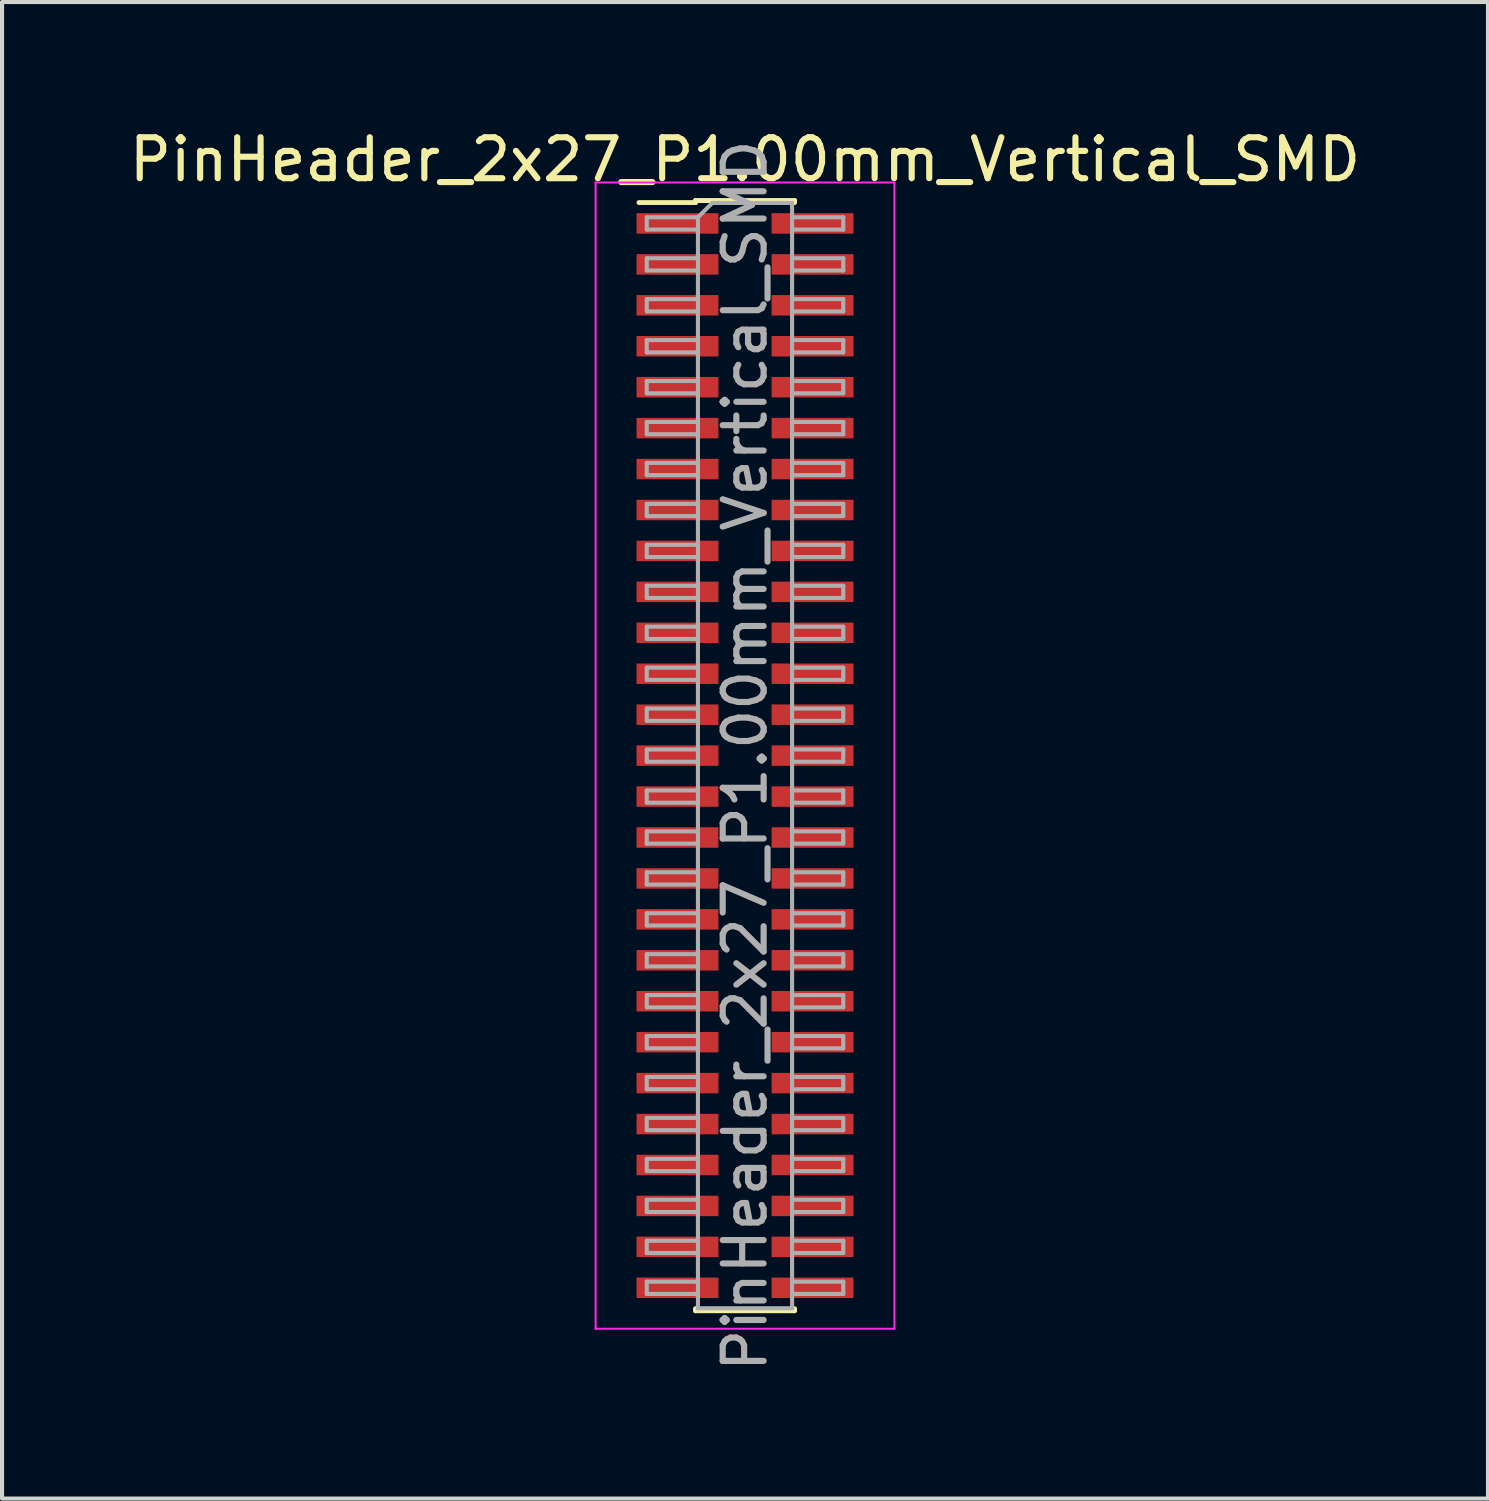
<source format=kicad_pcb>
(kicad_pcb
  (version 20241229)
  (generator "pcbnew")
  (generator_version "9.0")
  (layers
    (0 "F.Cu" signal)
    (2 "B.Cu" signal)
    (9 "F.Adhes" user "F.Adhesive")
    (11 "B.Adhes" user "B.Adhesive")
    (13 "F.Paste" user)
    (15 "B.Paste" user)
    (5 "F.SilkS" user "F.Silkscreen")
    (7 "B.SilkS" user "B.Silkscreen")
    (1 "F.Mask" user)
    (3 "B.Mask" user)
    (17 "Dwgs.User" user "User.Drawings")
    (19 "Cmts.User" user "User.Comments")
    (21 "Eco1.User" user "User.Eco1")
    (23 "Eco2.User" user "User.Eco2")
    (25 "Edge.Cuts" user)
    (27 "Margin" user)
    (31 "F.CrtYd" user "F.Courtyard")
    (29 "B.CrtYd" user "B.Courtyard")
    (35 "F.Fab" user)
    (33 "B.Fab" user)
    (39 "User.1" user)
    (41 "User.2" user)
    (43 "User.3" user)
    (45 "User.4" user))
  (footprint "PinHeader_2x27_P1.00mm_Vertical_SMD"
    (layer "F.Cu")
    (at 15.149 15.408)
    (property "Reference" "PinHeader_2x27_P1.00mm_Vertical_SMD" (at 0 -14.56 0) (layer "F.SilkS") (effects (font (size 1 1) (thickness 0.15))))
    (attr smd)
    (fp_line (start -2.59 -13.51) (end -1.21 -13.51) (stroke (width 0.12) (type solid)) (layer "F.SilkS"))
    (fp_line (start -1.21 -13.56) (end -1.21 -13.51) (stroke (width 0.12) (type solid)) (layer "F.SilkS"))
    (fp_line (start -1.21 -13.56) (end 1.21 -13.56) (stroke (width 0.12) (type solid)) (layer "F.SilkS"))
    (fp_line (start -1.21 13.51) (end -1.21 13.56) (stroke (width 0.12) (type solid)) (layer "F.SilkS"))
    (fp_line (start -1.21 13.56) (end 1.21 13.56) (stroke (width 0.12) (type solid)) (layer "F.SilkS"))
    (fp_line (start 1.21 -13.56) (end 1.21 -13.51) (stroke (width 0.12) (type solid)) (layer "F.SilkS"))
    (fp_line (start 1.21 13.51) (end 1.21 13.56) (stroke (width 0.12) (type solid)) (layer "F.SilkS"))
    (fp_line (start -3.65 -14) (end -3.65 14) (stroke (width 0.05) (type solid)) (layer "F.CrtYd"))
    (fp_line (start -3.65 14) (end 3.65 14) (stroke (width 0.05) (type solid)) (layer "F.CrtYd"))
    (fp_line (start 3.65 -14) (end -3.65 -14) (stroke (width 0.05) (type solid)) (layer "F.CrtYd"))
    (fp_line (start 3.65 14) (end 3.65 -14) (stroke (width 0.05) (type solid)) (layer "F.CrtYd"))
    (fp_line (start -2.4 -13.15) (end -2.4 -12.85) (stroke (width 0.1) (type solid)) (layer "F.Fab"))
    (fp_line (start -2.4 -12.85) (end -1.15 -12.85) (stroke (width 0.1) (type solid)) (layer "F.Fab"))
    (fp_line (start -2.4 -12.15) (end -2.4 -11.85) (stroke (width 0.1) (type solid)) (layer "F.Fab"))
    (fp_line (start -2.4 -11.85) (end -1.15 -11.85) (stroke (width 0.1) (type solid)) (layer "F.Fab"))
    (fp_line (start -2.4 -11.15) (end -2.4 -10.85) (stroke (width 0.1) (type solid)) (layer "F.Fab"))
    (fp_line (start -2.4 -10.85) (end -1.15 -10.85) (stroke (width 0.1) (type solid)) (layer "F.Fab"))
    (fp_line (start -2.4 -10.15) (end -2.4 -9.85) (stroke (width 0.1) (type solid)) (layer "F.Fab"))
    (fp_line (start -2.4 -9.85) (end -1.15 -9.85) (stroke (width 0.1) (type solid)) (layer "F.Fab"))
    (fp_line (start -2.4 -9.15) (end -2.4 -8.85) (stroke (width 0.1) (type solid)) (layer "F.Fab"))
    (fp_line (start -2.4 -8.85) (end -1.15 -8.85) (stroke (width 0.1) (type solid)) (layer "F.Fab"))
    (fp_line (start -2.4 -8.15) (end -2.4 -7.85) (stroke (width 0.1) (type solid)) (layer "F.Fab"))
    (fp_line (start -2.4 -7.85) (end -1.15 -7.85) (stroke (width 0.1) (type solid)) (layer "F.Fab"))
    (fp_line (start -2.4 -7.15) (end -2.4 -6.85) (stroke (width 0.1) (type solid)) (layer "F.Fab"))
    (fp_line (start -2.4 -6.85) (end -1.15 -6.85) (stroke (width 0.1) (type solid)) (layer "F.Fab"))
    (fp_line (start -2.4 -6.15) (end -2.4 -5.85) (stroke (width 0.1) (type solid)) (layer "F.Fab"))
    (fp_line (start -2.4 -5.85) (end -1.15 -5.85) (stroke (width 0.1) (type solid)) (layer "F.Fab"))
    (fp_line (start -2.4 -5.15) (end -2.4 -4.85) (stroke (width 0.1) (type solid)) (layer "F.Fab"))
    (fp_line (start -2.4 -4.85) (end -1.15 -4.85) (stroke (width 0.1) (type solid)) (layer "F.Fab"))
    (fp_line (start -2.4 -4.15) (end -2.4 -3.85) (stroke (width 0.1) (type solid)) (layer "F.Fab"))
    (fp_line (start -2.4 -3.85) (end -1.15 -3.85) (stroke (width 0.1) (type solid)) (layer "F.Fab"))
    (fp_line (start -2.4 -3.15) (end -2.4 -2.85) (stroke (width 0.1) (type solid)) (layer "F.Fab"))
    (fp_line (start -2.4 -2.85) (end -1.15 -2.85) (stroke (width 0.1) (type solid)) (layer "F.Fab"))
    (fp_line (start -2.4 -2.15) (end -2.4 -1.85) (stroke (width 0.1) (type solid)) (layer "F.Fab"))
    (fp_line (start -2.4 -1.85) (end -1.15 -1.85) (stroke (width 0.1) (type solid)) (layer "F.Fab"))
    (fp_line (start -2.4 -1.15) (end -2.4 -0.85) (stroke (width 0.1) (type solid)) (layer "F.Fab"))
    (fp_line (start -2.4 -0.85) (end -1.15 -0.85) (stroke (width 0.1) (type solid)) (layer "F.Fab"))
    (fp_line (start -2.4 -0.15) (end -2.4 0.15) (stroke (width 0.1) (type solid)) (layer "F.Fab"))
    (fp_line (start -2.4 0.15) (end -1.15 0.15) (stroke (width 0.1) (type solid)) (layer "F.Fab"))
    (fp_line (start -2.4 0.85) (end -2.4 1.15) (stroke (width 0.1) (type solid)) (layer "F.Fab"))
    (fp_line (start -2.4 1.15) (end -1.15 1.15) (stroke (width 0.1) (type solid)) (layer "F.Fab"))
    (fp_line (start -2.4 1.85) (end -2.4 2.15) (stroke (width 0.1) (type solid)) (layer "F.Fab"))
    (fp_line (start -2.4 2.15) (end -1.15 2.15) (stroke (width 0.1) (type solid)) (layer "F.Fab"))
    (fp_line (start -2.4 2.85) (end -2.4 3.15) (stroke (width 0.1) (type solid)) (layer "F.Fab"))
    (fp_line (start -2.4 3.15) (end -1.15 3.15) (stroke (width 0.1) (type solid)) (layer "F.Fab"))
    (fp_line (start -2.4 3.85) (end -2.4 4.15) (stroke (width 0.1) (type solid)) (layer "F.Fab"))
    (fp_line (start -2.4 4.15) (end -1.15 4.15) (stroke (width 0.1) (type solid)) (layer "F.Fab"))
    (fp_line (start -2.4 4.85) (end -2.4 5.15) (stroke (width 0.1) (type solid)) (layer "F.Fab"))
    (fp_line (start -2.4 5.15) (end -1.15 5.15) (stroke (width 0.1) (type solid)) (layer "F.Fab"))
    (fp_line (start -2.4 5.85) (end -2.4 6.15) (stroke (width 0.1) (type solid)) (layer "F.Fab"))
    (fp_line (start -2.4 6.15) (end -1.15 6.15) (stroke (width 0.1) (type solid)) (layer "F.Fab"))
    (fp_line (start -2.4 6.85) (end -2.4 7.15) (stroke (width 0.1) (type solid)) (layer "F.Fab"))
    (fp_line (start -2.4 7.15) (end -1.15 7.15) (stroke (width 0.1) (type solid)) (layer "F.Fab"))
    (fp_line (start -2.4 7.85) (end -2.4 8.15) (stroke (width 0.1) (type solid)) (layer "F.Fab"))
    (fp_line (start -2.4 8.15) (end -1.15 8.15) (stroke (width 0.1) (type solid)) (layer "F.Fab"))
    (fp_line (start -2.4 8.85) (end -2.4 9.15) (stroke (width 0.1) (type solid)) (layer "F.Fab"))
    (fp_line (start -2.4 9.15) (end -1.15 9.15) (stroke (width 0.1) (type solid)) (layer "F.Fab"))
    (fp_line (start -2.4 9.85) (end -2.4 10.15) (stroke (width 0.1) (type solid)) (layer "F.Fab"))
    (fp_line (start -2.4 10.15) (end -1.15 10.15) (stroke (width 0.1) (type solid)) (layer "F.Fab"))
    (fp_line (start -2.4 10.85) (end -2.4 11.15) (stroke (width 0.1) (type solid)) (layer "F.Fab"))
    (fp_line (start -2.4 11.15) (end -1.15 11.15) (stroke (width 0.1) (type solid)) (layer "F.Fab"))
    (fp_line (start -2.4 11.85) (end -2.4 12.15) (stroke (width 0.1) (type solid)) (layer "F.Fab"))
    (fp_line (start -2.4 12.15) (end -1.15 12.15) (stroke (width 0.1) (type solid)) (layer "F.Fab"))
    (fp_line (start -2.4 12.85) (end -2.4 13.15) (stroke (width 0.1) (type solid)) (layer "F.Fab"))
    (fp_line (start -2.4 13.15) (end -1.15 13.15) (stroke (width 0.1) (type solid)) (layer "F.Fab"))
    (fp_line (start -1.15 -13.15) (end -2.4 -13.15) (stroke (width 0.1) (type solid)) (layer "F.Fab"))
    (fp_line (start -1.15 -13.15) (end -0.8 -13.5) (stroke (width 0.1) (type solid)) (layer "F.Fab"))
    (fp_line (start -1.15 -12.15) (end -2.4 -12.15) (stroke (width 0.1) (type solid)) (layer "F.Fab"))
    (fp_line (start -1.15 -11.15) (end -2.4 -11.15) (stroke (width 0.1) (type solid)) (layer "F.Fab"))
    (fp_line (start -1.15 -10.15) (end -2.4 -10.15) (stroke (width 0.1) (type solid)) (layer "F.Fab"))
    (fp_line (start -1.15 -9.15) (end -2.4 -9.15) (stroke (width 0.1) (type solid)) (layer "F.Fab"))
    (fp_line (start -1.15 -8.15) (end -2.4 -8.15) (stroke (width 0.1) (type solid)) (layer "F.Fab"))
    (fp_line (start -1.15 -7.15) (end -2.4 -7.15) (stroke (width 0.1) (type solid)) (layer "F.Fab"))
    (fp_line (start -1.15 -6.15) (end -2.4 -6.15) (stroke (width 0.1) (type solid)) (layer "F.Fab"))
    (fp_line (start -1.15 -5.15) (end -2.4 -5.15) (stroke (width 0.1) (type solid)) (layer "F.Fab"))
    (fp_line (start -1.15 -4.15) (end -2.4 -4.15) (stroke (width 0.1) (type solid)) (layer "F.Fab"))
    (fp_line (start -1.15 -3.15) (end -2.4 -3.15) (stroke (width 0.1) (type solid)) (layer "F.Fab"))
    (fp_line (start -1.15 -2.15) (end -2.4 -2.15) (stroke (width 0.1) (type solid)) (layer "F.Fab"))
    (fp_line (start -1.15 -1.15) (end -2.4 -1.15) (stroke (width 0.1) (type solid)) (layer "F.Fab"))
    (fp_line (start -1.15 -0.15) (end -2.4 -0.15) (stroke (width 0.1) (type solid)) (layer "F.Fab"))
    (fp_line (start -1.15 0.85) (end -2.4 0.85) (stroke (width 0.1) (type solid)) (layer "F.Fab"))
    (fp_line (start -1.15 1.85) (end -2.4 1.85) (stroke (width 0.1) (type solid)) (layer "F.Fab"))
    (fp_line (start -1.15 2.85) (end -2.4 2.85) (stroke (width 0.1) (type solid)) (layer "F.Fab"))
    (fp_line (start -1.15 3.85) (end -2.4 3.85) (stroke (width 0.1) (type solid)) (layer "F.Fab"))
    (fp_line (start -1.15 4.85) (end -2.4 4.85) (stroke (width 0.1) (type solid)) (layer "F.Fab"))
    (fp_line (start -1.15 5.85) (end -2.4 5.85) (stroke (width 0.1) (type solid)) (layer "F.Fab"))
    (fp_line (start -1.15 6.85) (end -2.4 6.85) (stroke (width 0.1) (type solid)) (layer "F.Fab"))
    (fp_line (start -1.15 7.85) (end -2.4 7.85) (stroke (width 0.1) (type solid)) (layer "F.Fab"))
    (fp_line (start -1.15 8.85) (end -2.4 8.85) (stroke (width 0.1) (type solid)) (layer "F.Fab"))
    (fp_line (start -1.15 9.85) (end -2.4 9.85) (stroke (width 0.1) (type solid)) (layer "F.Fab"))
    (fp_line (start -1.15 10.85) (end -2.4 10.85) (stroke (width 0.1) (type solid)) (layer "F.Fab"))
    (fp_line (start -1.15 11.85) (end -2.4 11.85) (stroke (width 0.1) (type solid)) (layer "F.Fab"))
    (fp_line (start -1.15 12.85) (end -2.4 12.85) (stroke (width 0.1) (type solid)) (layer "F.Fab"))
    (fp_line (start -1.15 13.5) (end -1.15 -13.15) (stroke (width 0.1) (type solid)) (layer "F.Fab"))
    (fp_line (start -0.8 -13.5) (end 1.15 -13.5) (stroke (width 0.1) (type solid)) (layer "F.Fab"))
    (fp_line (start 1.15 -13.5) (end 1.15 13.5) (stroke (width 0.1) (type solid)) (layer "F.Fab"))
    (fp_line (start 1.15 -13.15) (end 2.4 -13.15) (stroke (width 0.1) (type solid)) (layer "F.Fab"))
    (fp_line (start 1.15 -12.15) (end 2.4 -12.15) (stroke (width 0.1) (type solid)) (layer "F.Fab"))
    (fp_line (start 1.15 -11.15) (end 2.4 -11.15) (stroke (width 0.1) (type solid)) (layer "F.Fab"))
    (fp_line (start 1.15 -10.15) (end 2.4 -10.15) (stroke (width 0.1) (type solid)) (layer "F.Fab"))
    (fp_line (start 1.15 -9.15) (end 2.4 -9.15) (stroke (width 0.1) (type solid)) (layer "F.Fab"))
    (fp_line (start 1.15 -8.15) (end 2.4 -8.15) (stroke (width 0.1) (type solid)) (layer "F.Fab"))
    (fp_line (start 1.15 -7.15) (end 2.4 -7.15) (stroke (width 0.1) (type solid)) (layer "F.Fab"))
    (fp_line (start 1.15 -6.15) (end 2.4 -6.15) (stroke (width 0.1) (type solid)) (layer "F.Fab"))
    (fp_line (start 1.15 -5.15) (end 2.4 -5.15) (stroke (width 0.1) (type solid)) (layer "F.Fab"))
    (fp_line (start 1.15 -4.15) (end 2.4 -4.15) (stroke (width 0.1) (type solid)) (layer "F.Fab"))
    (fp_line (start 1.15 -3.15) (end 2.4 -3.15) (stroke (width 0.1) (type solid)) (layer "F.Fab"))
    (fp_line (start 1.15 -2.15) (end 2.4 -2.15) (stroke (width 0.1) (type solid)) (layer "F.Fab"))
    (fp_line (start 1.15 -1.15) (end 2.4 -1.15) (stroke (width 0.1) (type solid)) (layer "F.Fab"))
    (fp_line (start 1.15 -0.15) (end 2.4 -0.15) (stroke (width 0.1) (type solid)) (layer "F.Fab"))
    (fp_line (start 1.15 0.85) (end 2.4 0.85) (stroke (width 0.1) (type solid)) (layer "F.Fab"))
    (fp_line (start 1.15 1.85) (end 2.4 1.85) (stroke (width 0.1) (type solid)) (layer "F.Fab"))
    (fp_line (start 1.15 2.85) (end 2.4 2.85) (stroke (width 0.1) (type solid)) (layer "F.Fab"))
    (fp_line (start 1.15 3.85) (end 2.4 3.85) (stroke (width 0.1) (type solid)) (layer "F.Fab"))
    (fp_line (start 1.15 4.85) (end 2.4 4.85) (stroke (width 0.1) (type solid)) (layer "F.Fab"))
    (fp_line (start 1.15 5.85) (end 2.4 5.85) (stroke (width 0.1) (type solid)) (layer "F.Fab"))
    (fp_line (start 1.15 6.85) (end 2.4 6.85) (stroke (width 0.1) (type solid)) (layer "F.Fab"))
    (fp_line (start 1.15 7.85) (end 2.4 7.85) (stroke (width 0.1) (type solid)) (layer "F.Fab"))
    (fp_line (start 1.15 8.85) (end 2.4 8.85) (stroke (width 0.1) (type solid)) (layer "F.Fab"))
    (fp_line (start 1.15 9.85) (end 2.4 9.85) (stroke (width 0.1) (type solid)) (layer "F.Fab"))
    (fp_line (start 1.15 10.85) (end 2.4 10.85) (stroke (width 0.1) (type solid)) (layer "F.Fab"))
    (fp_line (start 1.15 11.85) (end 2.4 11.85) (stroke (width 0.1) (type solid)) (layer "F.Fab"))
    (fp_line (start 1.15 12.85) (end 2.4 12.85) (stroke (width 0.1) (type solid)) (layer "F.Fab"))
    (fp_line (start 1.15 13.5) (end -1.15 13.5) (stroke (width 0.1) (type solid)) (layer "F.Fab"))
    (fp_line (start 2.4 -13.15) (end 2.4 -12.85) (stroke (width 0.1) (type solid)) (layer "F.Fab"))
    (fp_line (start 2.4 -12.85) (end 1.15 -12.85) (stroke (width 0.1) (type solid)) (layer "F.Fab"))
    (fp_line (start 2.4 -12.15) (end 2.4 -11.85) (stroke (width 0.1) (type solid)) (layer "F.Fab"))
    (fp_line (start 2.4 -11.85) (end 1.15 -11.85) (stroke (width 0.1) (type solid)) (layer "F.Fab"))
    (fp_line (start 2.4 -11.15) (end 2.4 -10.85) (stroke (width 0.1) (type solid)) (layer "F.Fab"))
    (fp_line (start 2.4 -10.85) (end 1.15 -10.85) (stroke (width 0.1) (type solid)) (layer "F.Fab"))
    (fp_line (start 2.4 -10.15) (end 2.4 -9.85) (stroke (width 0.1) (type solid)) (layer "F.Fab"))
    (fp_line (start 2.4 -9.85) (end 1.15 -9.85) (stroke (width 0.1) (type solid)) (layer "F.Fab"))
    (fp_line (start 2.4 -9.15) (end 2.4 -8.85) (stroke (width 0.1) (type solid)) (layer "F.Fab"))
    (fp_line (start 2.4 -8.85) (end 1.15 -8.85) (stroke (width 0.1) (type solid)) (layer "F.Fab"))
    (fp_line (start 2.4 -8.15) (end 2.4 -7.85) (stroke (width 0.1) (type solid)) (layer "F.Fab"))
    (fp_line (start 2.4 -7.85) (end 1.15 -7.85) (stroke (width 0.1) (type solid)) (layer "F.Fab"))
    (fp_line (start 2.4 -7.15) (end 2.4 -6.85) (stroke (width 0.1) (type solid)) (layer "F.Fab"))
    (fp_line (start 2.4 -6.85) (end 1.15 -6.85) (stroke (width 0.1) (type solid)) (layer "F.Fab"))
    (fp_line (start 2.4 -6.15) (end 2.4 -5.85) (stroke (width 0.1) (type solid)) (layer "F.Fab"))
    (fp_line (start 2.4 -5.85) (end 1.15 -5.85) (stroke (width 0.1) (type solid)) (layer "F.Fab"))
    (fp_line (start 2.4 -5.15) (end 2.4 -4.85) (stroke (width 0.1) (type solid)) (layer "F.Fab"))
    (fp_line (start 2.4 -4.85) (end 1.15 -4.85) (stroke (width 0.1) (type solid)) (layer "F.Fab"))
    (fp_line (start 2.4 -4.15) (end 2.4 -3.85) (stroke (width 0.1) (type solid)) (layer "F.Fab"))
    (fp_line (start 2.4 -3.85) (end 1.15 -3.85) (stroke (width 0.1) (type solid)) (layer "F.Fab"))
    (fp_line (start 2.4 -3.15) (end 2.4 -2.85) (stroke (width 0.1) (type solid)) (layer "F.Fab"))
    (fp_line (start 2.4 -2.85) (end 1.15 -2.85) (stroke (width 0.1) (type solid)) (layer "F.Fab"))
    (fp_line (start 2.4 -2.15) (end 2.4 -1.85) (stroke (width 0.1) (type solid)) (layer "F.Fab"))
    (fp_line (start 2.4 -1.85) (end 1.15 -1.85) (stroke (width 0.1) (type solid)) (layer "F.Fab"))
    (fp_line (start 2.4 -1.15) (end 2.4 -0.85) (stroke (width 0.1) (type solid)) (layer "F.Fab"))
    (fp_line (start 2.4 -0.85) (end 1.15 -0.85) (stroke (width 0.1) (type solid)) (layer "F.Fab"))
    (fp_line (start 2.4 -0.15) (end 2.4 0.15) (stroke (width 0.1) (type solid)) (layer "F.Fab"))
    (fp_line (start 2.4 0.15) (end 1.15 0.15) (stroke (width 0.1) (type solid)) (layer "F.Fab"))
    (fp_line (start 2.4 0.85) (end 2.4 1.15) (stroke (width 0.1) (type solid)) (layer "F.Fab"))
    (fp_line (start 2.4 1.15) (end 1.15 1.15) (stroke (width 0.1) (type solid)) (layer "F.Fab"))
    (fp_line (start 2.4 1.85) (end 2.4 2.15) (stroke (width 0.1) (type solid)) (layer "F.Fab"))
    (fp_line (start 2.4 2.15) (end 1.15 2.15) (stroke (width 0.1) (type solid)) (layer "F.Fab"))
    (fp_line (start 2.4 2.85) (end 2.4 3.15) (stroke (width 0.1) (type solid)) (layer "F.Fab"))
    (fp_line (start 2.4 3.15) (end 1.15 3.15) (stroke (width 0.1) (type solid)) (layer "F.Fab"))
    (fp_line (start 2.4 3.85) (end 2.4 4.15) (stroke (width 0.1) (type solid)) (layer "F.Fab"))
    (fp_line (start 2.4 4.15) (end 1.15 4.15) (stroke (width 0.1) (type solid)) (layer "F.Fab"))
    (fp_line (start 2.4 4.85) (end 2.4 5.15) (stroke (width 0.1) (type solid)) (layer "F.Fab"))
    (fp_line (start 2.4 5.15) (end 1.15 5.15) (stroke (width 0.1) (type solid)) (layer "F.Fab"))
    (fp_line (start 2.4 5.85) (end 2.4 6.15) (stroke (width 0.1) (type solid)) (layer "F.Fab"))
    (fp_line (start 2.4 6.15) (end 1.15 6.15) (stroke (width 0.1) (type solid)) (layer "F.Fab"))
    (fp_line (start 2.4 6.85) (end 2.4 7.15) (stroke (width 0.1) (type solid)) (layer "F.Fab"))
    (fp_line (start 2.4 7.15) (end 1.15 7.15) (stroke (width 0.1) (type solid)) (layer "F.Fab"))
    (fp_line (start 2.4 7.85) (end 2.4 8.15) (stroke (width 0.1) (type solid)) (layer "F.Fab"))
    (fp_line (start 2.4 8.15) (end 1.15 8.15) (stroke (width 0.1) (type solid)) (layer "F.Fab"))
    (fp_line (start 2.4 8.85) (end 2.4 9.15) (stroke (width 0.1) (type solid)) (layer "F.Fab"))
    (fp_line (start 2.4 9.15) (end 1.15 9.15) (stroke (width 0.1) (type solid)) (layer "F.Fab"))
    (fp_line (start 2.4 9.85) (end 2.4 10.15) (stroke (width 0.1) (type solid)) (layer "F.Fab"))
    (fp_line (start 2.4 10.15) (end 1.15 10.15) (stroke (width 0.1) (type solid)) (layer "F.Fab"))
    (fp_line (start 2.4 10.85) (end 2.4 11.15) (stroke (width 0.1) (type solid)) (layer "F.Fab"))
    (fp_line (start 2.4 11.15) (end 1.15 11.15) (stroke (width 0.1) (type solid)) (layer "F.Fab"))
    (fp_line (start 2.4 11.85) (end 2.4 12.15) (stroke (width 0.1) (type solid)) (layer "F.Fab"))
    (fp_line (start 2.4 12.15) (end 1.15 12.15) (stroke (width 0.1) (type solid)) (layer "F.Fab"))
    (fp_line (start 2.4 12.85) (end 2.4 13.15) (stroke (width 0.1) (type solid)) (layer "F.Fab"))
    (fp_line (start 2.4 13.15) (end 1.15 13.15) (stroke (width 0.1) (type solid)) (layer "F.Fab"))
    (fp_text user "${REFERENCE}" (at 0 0 90) (layer "F.Fab") (effects (font (size 1 1) (thickness 0.15))))
    (pad "1" smd rect (at -1.65 -13) (size 2 0.5) (layers "F.Cu" "F.Mask" "F.Paste"))
    (pad "2" smd rect (at 1.65 -13) (size 2 0.5) (layers "F.Cu" "F.Mask" "F.Paste"))
    (pad "3" smd rect (at -1.65 -12) (size 2 0.5) (layers "F.Cu" "F.Mask" "F.Paste"))
    (pad "4" smd rect (at 1.65 -12) (size 2 0.5) (layers "F.Cu" "F.Mask" "F.Paste"))
    (pad "5" smd rect (at -1.65 -11) (size 2 0.5) (layers "F.Cu" "F.Mask" "F.Paste"))
    (pad "6" smd rect (at 1.65 -11) (size 2 0.5) (layers "F.Cu" "F.Mask" "F.Paste"))
    (pad "7" smd rect (at -1.65 -10) (size 2 0.5) (layers "F.Cu" "F.Mask" "F.Paste"))
    (pad "8" smd rect (at 1.65 -10) (size 2 0.5) (layers "F.Cu" "F.Mask" "F.Paste"))
    (pad "9" smd rect (at -1.65 -9) (size 2 0.5) (layers "F.Cu" "F.Mask" "F.Paste"))
    (pad "10" smd rect (at 1.65 -9) (size 2 0.5) (layers "F.Cu" "F.Mask" "F.Paste"))
    (pad "11" smd rect (at -1.65 -8) (size 2 0.5) (layers "F.Cu" "F.Mask" "F.Paste"))
    (pad "12" smd rect (at 1.65 -8) (size 2 0.5) (layers "F.Cu" "F.Mask" "F.Paste"))
    (pad "13" smd rect (at -1.65 -7) (size 2 0.5) (layers "F.Cu" "F.Mask" "F.Paste"))
    (pad "14" smd rect (at 1.65 -7) (size 2 0.5) (layers "F.Cu" "F.Mask" "F.Paste"))
    (pad "15" smd rect (at -1.65 -6) (size 2 0.5) (layers "F.Cu" "F.Mask" "F.Paste"))
    (pad "16" smd rect (at 1.65 -6) (size 2 0.5) (layers "F.Cu" "F.Mask" "F.Paste"))
    (pad "17" smd rect (at -1.65 -5) (size 2 0.5) (layers "F.Cu" "F.Mask" "F.Paste"))
    (pad "18" smd rect (at 1.65 -5) (size 2 0.5) (layers "F.Cu" "F.Mask" "F.Paste"))
    (pad "19" smd rect (at -1.65 -4) (size 2 0.5) (layers "F.Cu" "F.Mask" "F.Paste"))
    (pad "20" smd rect (at 1.65 -4) (size 2 0.5) (layers "F.Cu" "F.Mask" "F.Paste"))
    (pad "21" smd rect (at -1.65 -3) (size 2 0.5) (layers "F.Cu" "F.Mask" "F.Paste"))
    (pad "22" smd rect (at 1.65 -3) (size 2 0.5) (layers "F.Cu" "F.Mask" "F.Paste"))
    (pad "23" smd rect (at -1.65 -2) (size 2 0.5) (layers "F.Cu" "F.Mask" "F.Paste"))
    (pad "24" smd rect (at 1.65 -2) (size 2 0.5) (layers "F.Cu" "F.Mask" "F.Paste"))
    (pad "25" smd rect (at -1.65 -1) (size 2 0.5) (layers "F.Cu" "F.Mask" "F.Paste"))
    (pad "26" smd rect (at 1.65 -1) (size 2 0.5) (layers "F.Cu" "F.Mask" "F.Paste"))
    (pad "27" smd rect (at -1.65 0) (size 2 0.5) (layers "F.Cu" "F.Mask" "F.Paste"))
    (pad "28" smd rect (at 1.65 0) (size 2 0.5) (layers "F.Cu" "F.Mask" "F.Paste"))
    (pad "29" smd rect (at -1.65 1) (size 2 0.5) (layers "F.Cu" "F.Mask" "F.Paste"))
    (pad "30" smd rect (at 1.65 1) (size 2 0.5) (layers "F.Cu" "F.Mask" "F.Paste"))
    (pad "31" smd rect (at -1.65 2) (size 2 0.5) (layers "F.Cu" "F.Mask" "F.Paste"))
    (pad "32" smd rect (at 1.65 2) (size 2 0.5) (layers "F.Cu" "F.Mask" "F.Paste"))
    (pad "33" smd rect (at -1.65 3) (size 2 0.5) (layers "F.Cu" "F.Mask" "F.Paste"))
    (pad "34" smd rect (at 1.65 3) (size 2 0.5) (layers "F.Cu" "F.Mask" "F.Paste"))
    (pad "35" smd rect (at -1.65 4) (size 2 0.5) (layers "F.Cu" "F.Mask" "F.Paste"))
    (pad "36" smd rect (at 1.65 4) (size 2 0.5) (layers "F.Cu" "F.Mask" "F.Paste"))
    (pad "37" smd rect (at -1.65 5) (size 2 0.5) (layers "F.Cu" "F.Mask" "F.Paste"))
    (pad "38" smd rect (at 1.65 5) (size 2 0.5) (layers "F.Cu" "F.Mask" "F.Paste"))
    (pad "39" smd rect (at -1.65 6) (size 2 0.5) (layers "F.Cu" "F.Mask" "F.Paste"))
    (pad "40" smd rect (at 1.65 6) (size 2 0.5) (layers "F.Cu" "F.Mask" "F.Paste"))
    (pad "41" smd rect (at -1.65 7) (size 2 0.5) (layers "F.Cu" "F.Mask" "F.Paste"))
    (pad "42" smd rect (at 1.65 7) (size 2 0.5) (layers "F.Cu" "F.Mask" "F.Paste"))
    (pad "43" smd rect (at -1.65 8) (size 2 0.5) (layers "F.Cu" "F.Mask" "F.Paste"))
    (pad "44" smd rect (at 1.65 8) (size 2 0.5) (layers "F.Cu" "F.Mask" "F.Paste"))
    (pad "45" smd rect (at -1.65 9) (size 2 0.5) (layers "F.Cu" "F.Mask" "F.Paste"))
    (pad "46" smd rect (at 1.65 9) (size 2 0.5) (layers "F.Cu" "F.Mask" "F.Paste"))
    (pad "47" smd rect (at -1.65 10) (size 2 0.5) (layers "F.Cu" "F.Mask" "F.Paste"))
    (pad "48" smd rect (at 1.65 10) (size 2 0.5) (layers "F.Cu" "F.Mask" "F.Paste"))
    (pad "49" smd rect (at -1.65 11) (size 2 0.5) (layers "F.Cu" "F.Mask" "F.Paste"))
    (pad "50" smd rect (at 1.65 11) (size 2 0.5) (layers "F.Cu" "F.Mask" "F.Paste"))
    (pad "51" smd rect (at -1.65 12) (size 2 0.5) (layers "F.Cu" "F.Mask" "F.Paste"))
    (pad "52" smd rect (at 1.65 12) (size 2 0.5) (layers "F.Cu" "F.Mask" "F.Paste"))
    (pad "53" smd rect (at -1.65 13) (size 2 0.5) (layers "F.Cu" "F.Mask" "F.Paste"))
    (pad "54" smd rect (at 1.65 13) (size 2 0.5) (layers "F.Cu" "F.Mask" "F.Paste")))
  (gr_rect
    (start -3 -3)
    (end 33.298 33.557)
    (stroke (width 0.1) (type default))
    (fill no)
    (layer "Edge.Cuts")))
</source>
